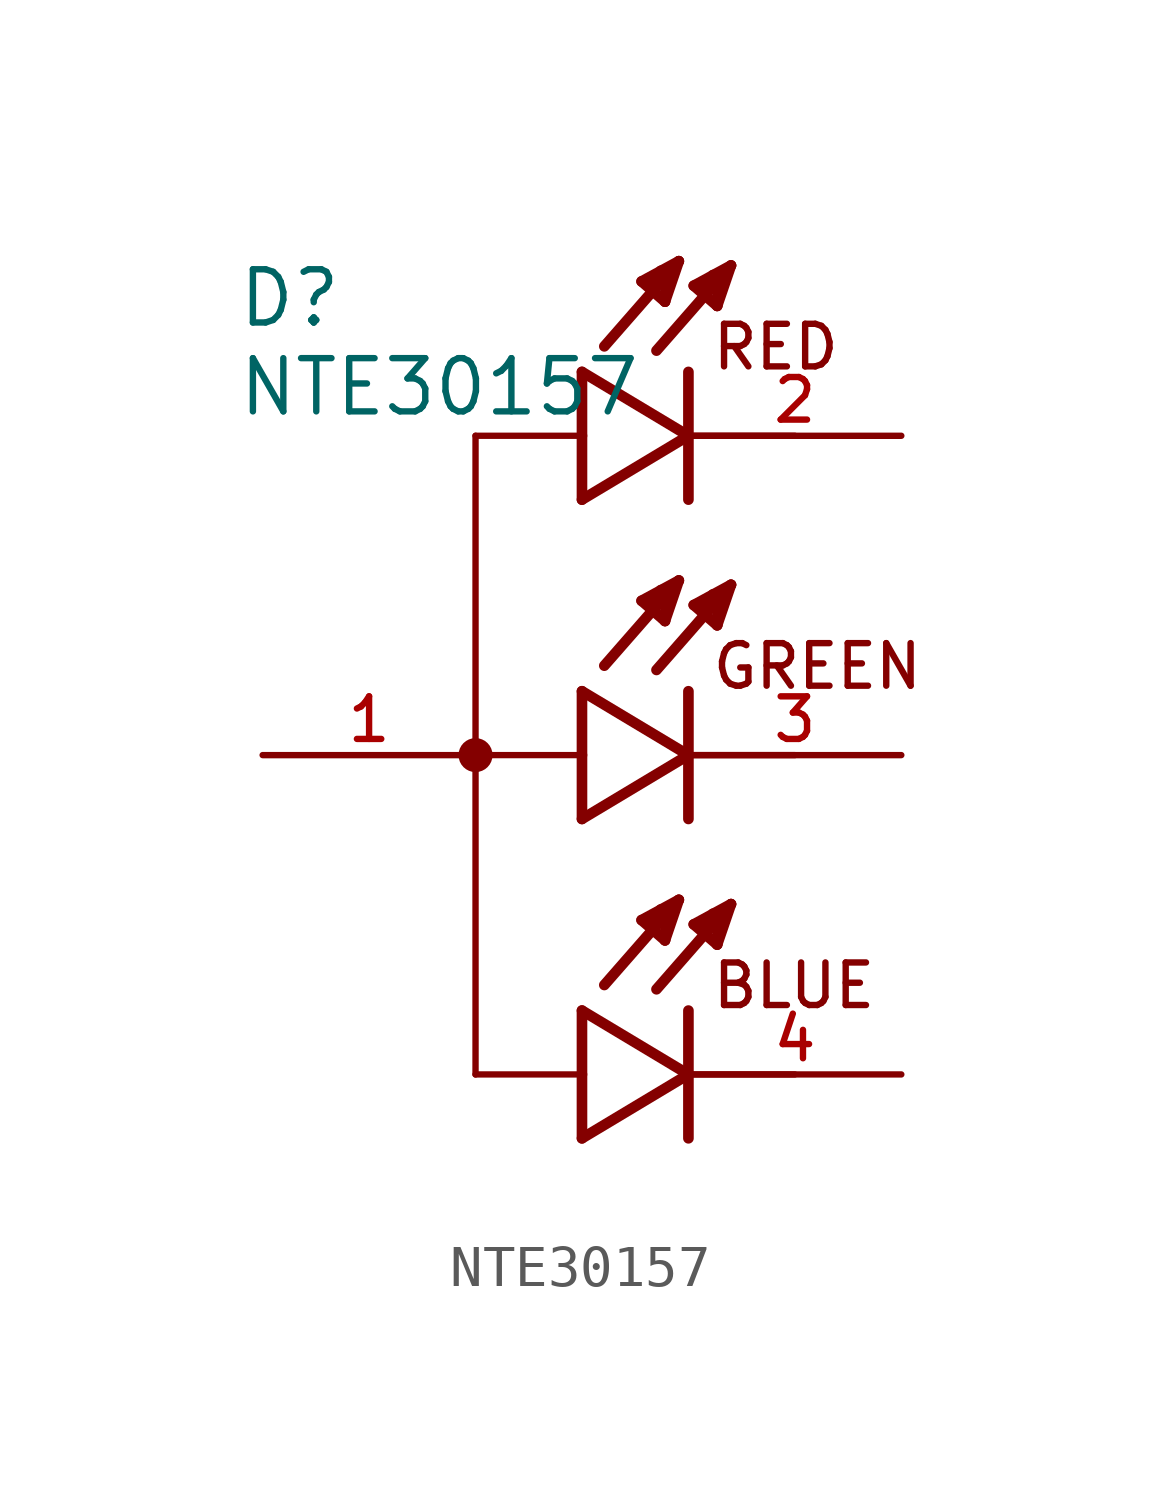
<source format=kicad_sym>
(kicad_symbol_lib
  (version 20211014)
  (generator kicad_symbol_editor)
  (symbol "NTE30157"
    (pin_names
      (offset 1.016))
    (property "Reference" "D"
      (at -8.255 10.16 0)
      (effects (font (size 1.27 1.27)) (justify bottom left)))
    (property "Value" "NTE30157"
      (at -8.255 9.525 0)
      (effects (font (size 1.27 1.27)) (justify top left)))
    (symbol "NTE30157_0_0"
      (polyline (pts (xy -2.54 7.62) (xy -2.54 0.0)) (stroke (width 0.152)))
      (circle (center -2.54 0.0) (radius 0.203) (stroke (width 0.406)) (fill (type none)))
      (text "RED" (at 3.048 9.144 0) (effects (font (size 1.016 1.016)) (justify bottom left)))
      (text "GREEN" (at 3.048 1.524 0) (effects (font (size 1.016 1.016)) (justify bottom left)))
      (text "BLUE" (at 3.048 -6.096 0) (effects (font (size 1.016 1.016)) (justify bottom left)))
      (polyline (pts (xy -2.54 0.0) (xy -2.54 -7.62)) (stroke (width 0.152)))
      (polyline (pts (xy 0.0 9.144) (xy 0.0 7.62)) (stroke (width 0.254)))
      (polyline (pts (xy 0.0 7.62) (xy 0.0 6.096)) (stroke (width 0.254)))
      (polyline (pts (xy 0.0 6.096) (xy 2.54 7.62)) (stroke (width 0.254)))
      (polyline (pts (xy 2.54 7.62) (xy 0.0 9.144)) (stroke (width 0.254)))
      (polyline (pts (xy 2.54 9.144) (xy 2.54 7.62)) (stroke (width 0.254)))
      (polyline (pts (xy 2.54 7.62) (xy 2.54 6.096)) (stroke (width 0.254)))
      (polyline (pts (xy 3.556 11.684) (xy 1.778 9.652)) (stroke (width 0.254)))
      (polyline (pts (xy 3.226 10.719) (xy 2.667 11.201)) (stroke (width 0.254)))
      (polyline (pts (xy 2.667 11.201) (xy 3.556 11.684)) (stroke (width 0.254)))
      (polyline (pts (xy 3.556 11.684) (xy 3.226 10.719)) (stroke (width 0.254)))
      (polyline (pts (xy 3.226 10.719) (xy 3.251 11.455)) (stroke (width 0.254)))
      (polyline (pts (xy 3.251 11.455) (xy 3.124 11.455)) (stroke (width 0.254)))
      (polyline (pts (xy 2.845 11.125) (xy 3.073 11.278)) (stroke (width 0.254)))
      (polyline (pts (xy 2.311 11.786) (xy 0.533 9.754)) (stroke (width 0.254)))
      (polyline (pts (xy 1.981 10.82) (xy 1.422 11.303)) (stroke (width 0.254)))
      (polyline (pts (xy 1.422 11.303) (xy 2.311 11.786)) (stroke (width 0.254)))
      (polyline (pts (xy 2.311 11.786) (xy 1.981 10.82)) (stroke (width 0.254)))
      (polyline (pts (xy 1.981 10.82) (xy 2.007 11.557)) (stroke (width 0.254)))
      (polyline (pts (xy 2.007 11.557) (xy 1.88 11.557)) (stroke (width 0.254)))
      (polyline (pts (xy 1.6 11.227) (xy 1.829 11.379)) (stroke (width 0.254)))
      (polyline (pts (xy 0.0 1.524) (xy 0.0 0.0)) (stroke (width 0.254)))
      (polyline (pts (xy 0.0 0.0) (xy 0.0 -1.524)) (stroke (width 0.254)))
      (polyline (pts (xy 0.0 -1.524) (xy 2.54 0.0)) (stroke (width 0.254)))
      (polyline (pts (xy 2.54 0.0) (xy 0.0 1.524)) (stroke (width 0.254)))
      (polyline (pts (xy 2.54 1.524) (xy 2.54 0.0)) (stroke (width 0.254)))
      (polyline (pts (xy 2.54 0.0) (xy 2.54 -1.524)) (stroke (width 0.254)))
      (polyline (pts (xy 3.556 4.064) (xy 1.778 2.032)) (stroke (width 0.254)))
      (polyline (pts (xy 3.226 3.099) (xy 2.667 3.581)) (stroke (width 0.254)))
      (polyline (pts (xy 2.667 3.581) (xy 3.556 4.064)) (stroke (width 0.254)))
      (polyline (pts (xy 3.556 4.064) (xy 3.226 3.099)) (stroke (width 0.254)))
      (polyline (pts (xy 3.226 3.099) (xy 3.251 3.835)) (stroke (width 0.254)))
      (polyline (pts (xy 3.251 3.835) (xy 3.124 3.835)) (stroke (width 0.254)))
      (polyline (pts (xy 2.845 3.505) (xy 3.073 3.658)) (stroke (width 0.254)))
      (polyline (pts (xy 2.311 4.166) (xy 0.533 2.134)) (stroke (width 0.254)))
      (polyline (pts (xy 1.981 3.2) (xy 1.422 3.683)) (stroke (width 0.254)))
      (polyline (pts (xy 1.422 3.683) (xy 2.311 4.166)) (stroke (width 0.254)))
      (polyline (pts (xy 2.311 4.166) (xy 1.981 3.2)) (stroke (width 0.254)))
      (polyline (pts (xy 1.981 3.2) (xy 2.007 3.937)) (stroke (width 0.254)))
      (polyline (pts (xy 2.007 3.937) (xy 1.88 3.937)) (stroke (width 0.254)))
      (polyline (pts (xy 1.6 3.607) (xy 1.829 3.759)) (stroke (width 0.254)))
      (polyline (pts (xy 0.0 -6.096) (xy 0.0 -7.62)) (stroke (width 0.254)))
      (polyline (pts (xy 0.0 -7.62) (xy 0.0 -9.144)) (stroke (width 0.254)))
      (polyline (pts (xy 0.0 -9.144) (xy 2.54 -7.62)) (stroke (width 0.254)))
      (polyline (pts (xy 2.54 -7.62) (xy 0.0 -6.096)) (stroke (width 0.254)))
      (polyline (pts (xy 2.54 -6.096) (xy 2.54 -9.144)) (stroke (width 0.254)))
      (polyline (pts (xy 3.556 -3.556) (xy 1.778 -5.588)) (stroke (width 0.254)))
      (polyline (pts (xy 3.226 -4.521) (xy 2.667 -4.039)) (stroke (width 0.254)))
      (polyline (pts (xy 2.667 -4.039) (xy 3.556 -3.556)) (stroke (width 0.254)))
      (polyline (pts (xy 3.556 -3.556) (xy 3.226 -4.521)) (stroke (width 0.254)))
      (polyline (pts (xy 3.226 -4.521) (xy 3.251 -3.785)) (stroke (width 0.254)))
      (polyline (pts (xy 3.251 -3.785) (xy 3.124 -3.785)) (stroke (width 0.254)))
      (polyline (pts (xy 2.845 -4.115) (xy 3.073 -3.962)) (stroke (width 0.254)))
      (polyline (pts (xy 2.311 -3.454) (xy 0.533 -5.486)) (stroke (width 0.254)))
      (polyline (pts (xy 1.981 -4.42) (xy 1.422 -3.937)) (stroke (width 0.254)))
      (polyline (pts (xy 1.422 -3.937) (xy 2.311 -3.454)) (stroke (width 0.254)))
      (polyline (pts (xy 2.311 -3.454) (xy 1.981 -4.42)) (stroke (width 0.254)))
      (polyline (pts (xy 1.981 -4.42) (xy 2.007 -3.683)) (stroke (width 0.254)))
      (polyline (pts (xy 2.007 -3.683) (xy 1.88 -3.683)) (stroke (width 0.254)))
      (polyline (pts (xy 1.6 -4.013) (xy 1.829 -3.861)) (stroke (width 0.254)))
      (polyline (pts (xy 5.08 7.62) (xy 2.54 7.62)) (stroke (width 0.152)))
      (polyline (pts (xy 5.08 0.0) (xy 2.54 0.0)) (stroke (width 0.152)))
      (polyline (pts (xy 2.54 -7.62) (xy 5.08 -7.62)) (stroke (width 0.152)))
      (polyline (pts (xy 0.0 7.62) (xy -2.54 7.62)) (stroke (width 0.152)))
      (polyline (pts (xy 0.0 0.0) (xy -2.54 0.0)) (stroke (width 0.152)))
      (polyline (pts (xy -2.54 -7.62) (xy 0.0 -7.62)) (stroke (width 0.152)))
      (pin passive line (at 7.62 7.62 180.0) (length 5.08) (name "~" (effects (font (size 1.016 1.016)))) (number "2" (effects (font (size 1.016 1.016)))))
      (pin passive line (at -7.62 0.0 0) (length 5.08) (name "~" (effects (font (size 1.016 1.016)))) (number "1" (effects (font (size 1.016 1.016)))))
      (pin passive line (at 7.62 0.0 180.0) (length 5.08) (name "~" (effects (font (size 1.016 1.016)))) (number "3" (effects (font (size 1.016 1.016)))))
      (pin passive line (at 7.62 -7.62 180.0) (length 5.08) (name "~" (effects (font (size 1.016 1.016)))) (number "4" (effects (font (size 1.016 1.016))))))))
</source>
